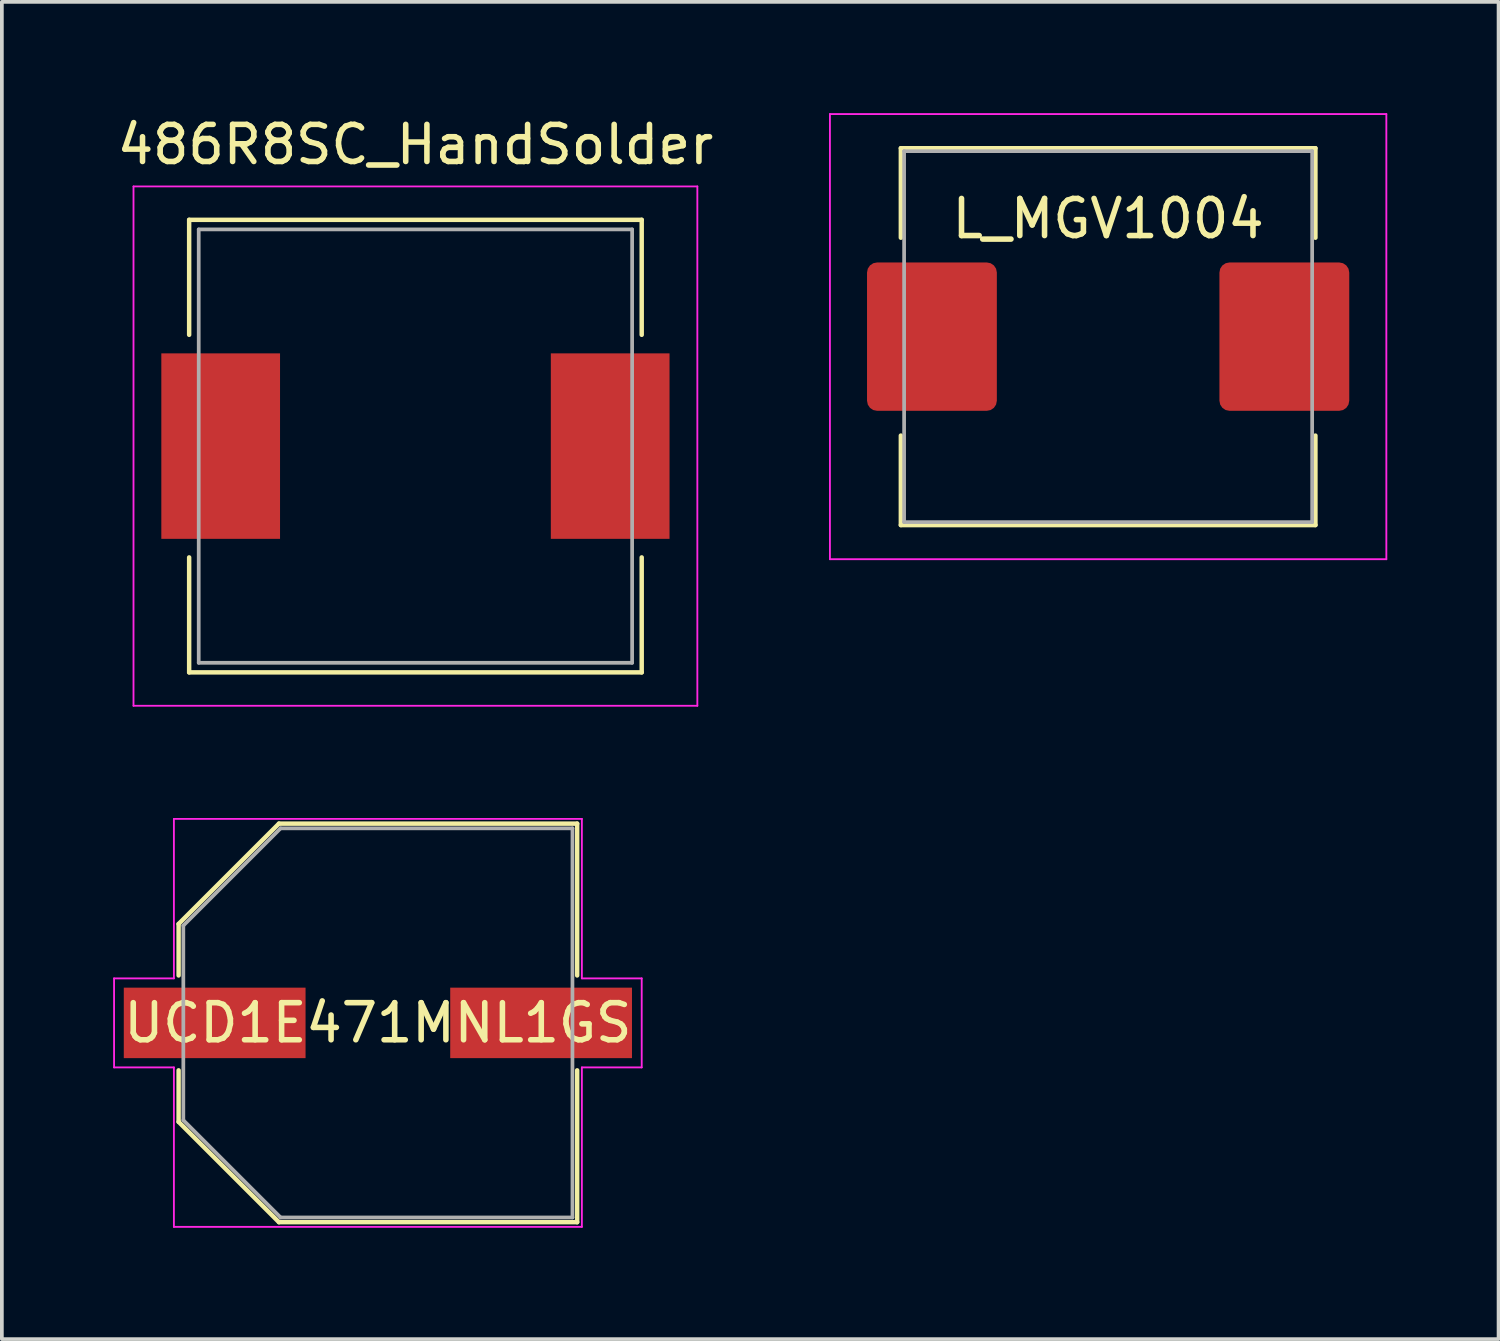
<source format=kicad_pcb>
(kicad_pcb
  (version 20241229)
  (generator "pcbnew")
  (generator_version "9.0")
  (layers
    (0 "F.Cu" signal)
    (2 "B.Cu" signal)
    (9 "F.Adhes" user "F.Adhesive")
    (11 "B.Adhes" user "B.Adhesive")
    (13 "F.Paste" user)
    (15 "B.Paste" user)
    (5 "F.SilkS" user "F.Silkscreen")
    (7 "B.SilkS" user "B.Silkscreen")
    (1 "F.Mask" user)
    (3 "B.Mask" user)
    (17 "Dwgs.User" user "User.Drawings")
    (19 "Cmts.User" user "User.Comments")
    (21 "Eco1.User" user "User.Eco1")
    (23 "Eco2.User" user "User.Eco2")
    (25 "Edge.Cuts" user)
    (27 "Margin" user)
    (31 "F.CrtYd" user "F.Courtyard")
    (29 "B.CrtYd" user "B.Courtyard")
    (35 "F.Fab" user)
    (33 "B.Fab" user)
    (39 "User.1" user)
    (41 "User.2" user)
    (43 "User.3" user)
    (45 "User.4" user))
  (footprint "486R8SC_HandSolder"
    (layer "F.Cu")
    (at 8.149 8.976)
    (property "Reference" "486R8SC_HandSolder" (at 0 -8.128 0) (layer "F.SilkS") (effects (font (size 1 1) (thickness 0.15))))
    (attr smd)
    (fp_line (start -6.1 -6.1) (end -6.1 -3) (stroke (width 0.12) (type solid)) (layer "F.SilkS"))
    (fp_line (start -6.1 -6.1) (end 6.1 -6.1) (stroke (width 0.12) (type solid)) (layer "F.SilkS"))
    (fp_line (start -6.1 3) (end -6.1 6.1) (stroke (width 0.12) (type solid)) (layer "F.SilkS"))
    (fp_line (start 6.1 -6.1) (end 6.1 -3) (stroke (width 0.12) (type solid)) (layer "F.SilkS"))
    (fp_line (start 6.1 3) (end 6.1 6.1) (stroke (width 0.12) (type solid)) (layer "F.SilkS"))
    (fp_line (start 6.1 6.1) (end -6.1 6.1) (stroke (width 0.12) (type solid)) (layer "F.SilkS"))
    (fp_line (start -7.6 -7) (end 7.6 -7) (stroke (width 0.05) (type solid)) (layer "F.CrtYd"))
    (fp_line (start -7.6 7) (end -7.6 -7) (stroke (width 0.05) (type solid)) (layer "F.CrtYd"))
    (fp_line (start 7.6 -7) (end 7.6 7) (stroke (width 0.05) (type solid)) (layer "F.CrtYd"))
    (fp_line (start 7.6 7) (end -7.6 7) (stroke (width 0.05) (type solid)) (layer "F.CrtYd"))
    (fp_line (start -5.842 -5.842) (end -5.842 5.842) (stroke (width 0.1) (type solid)) (layer "F.Fab"))
    (fp_line (start -5.842 5.842) (end 5.842 5.842) (stroke (width 0.1) (type solid)) (layer "F.Fab"))
    (fp_line (start 5.842 -5.842) (end -5.842 -5.842) (stroke (width 0.1) (type solid)) (layer "F.Fab"))
    (fp_line (start 5.842 5.842) (end 5.842 -5.842) (stroke (width 0.1) (type solid)) (layer "F.Fab"))
    (pad "1" smd rect (at -5.25 0) (size 3.2 5) (layers "F.Cu" "F.Mask" "F.Paste"))
    (pad "2" smd rect (at 5.25 0) (size 3.2 5) (layers "F.Cu" "F.Mask" "F.Paste")))
  (footprint "L_MGV1004"
    (layer "F.Cu")
    (at 26.823 6.025)
    (property "Reference" "L_MGV1004" (at 0 -3.18 0) (layer "F.SilkS") (effects (font (size 1 1) (thickness 0.15))))
    (attr smd)
    (fp_line (start -5.588 -5.08) (end 5.588 -5.08) (stroke (width 0.12) (type solid)) (layer "F.SilkS"))
    (fp_line (start -5.588 -2.667) (end -5.588 -5.08) (stroke (width 0.12) (type solid)) (layer "F.SilkS"))
    (fp_line (start -5.588 5.08) (end -5.588 2.667) (stroke (width 0.12) (type solid)) (layer "F.SilkS"))
    (fp_line (start -5.588 5.08) (end 5.588 5.08) (stroke (width 0.12) (type solid)) (layer "F.SilkS"))
    (fp_line (start 5.588 -2.667) (end 5.588 -5.08) (stroke (width 0.12) (type solid)) (layer "F.SilkS"))
    (fp_line (start 5.588 5.08) (end 5.588 2.667) (stroke (width 0.12) (type solid)) (layer "F.SilkS"))
    (fp_line (start -7.5 -6) (end 7.5 -6) (stroke (width 0.05) (type solid)) (layer "F.CrtYd"))
    (fp_line (start -7.5 6) (end -7.5 -6) (stroke (width 0.05) (type solid)) (layer "F.CrtYd"))
    (fp_line (start 7.5 -6) (end 7.5 6) (stroke (width 0.05) (type solid)) (layer "F.CrtYd"))
    (fp_line (start 7.5 6) (end -7.5 6) (stroke (width 0.05) (type solid)) (layer "F.CrtYd"))
    (fp_line (start -5.5 -5) (end 5.5 -5) (stroke (width 0.1) (type solid)) (layer "F.Fab"))
    (fp_line (start -5.5 5) (end -5.5 -5) (stroke (width 0.1) (type solid)) (layer "F.Fab"))
    (fp_line (start 5.5 -5) (end 5.5 5) (stroke (width 0.1) (type solid)) (layer "F.Fab"))
    (fp_line (start 5.5 5) (end -5.5 5) (stroke (width 0.1) (type solid)) (layer "F.Fab"))
    (pad "1" smd roundrect (at -4.75 0) (size 3.5 4) (layers "F.Cu" "F.Mask" "F.Paste") (roundrect_rratio 0.078))
    (pad "2" smd roundrect (at 4.75 0) (size 3.5 4) (layers "F.Cu" "F.Mask" "F.Paste") (roundrect_rratio 0.078)))
  (footprint "UCD1E471MNL1GS"
    (layer "F.Cu")
    (at 7.137 24.525)
    (property "Reference" "UCD1E471MNL1GS" (at 0 0 0) (layer "F.SilkS") (effects (font (size 1 1) (thickness 0.15))))
    (attr smd)
    (fp_line (start -5.372 -2.667) (end -5.372 -1.279) (stroke (width 0.12) (type solid)) (layer "F.SilkS"))
    (fp_line (start -5.372 1.279) (end -5.372 2.667) (stroke (width 0.12) (type solid)) (layer "F.SilkS"))
    (fp_line (start -2.667 -5.372) (end -5.372 -2.667) (stroke (width 0.12) (type solid)) (layer "F.SilkS"))
    (fp_line (start -2.667 5.372) (end -5.372 2.667) (stroke (width 0.12) (type solid)) (layer "F.SilkS"))
    (fp_line (start -2.667 5.372) (end 5.372 5.372) (stroke (width 0.12) (type solid)) (layer "F.SilkS"))
    (fp_line (start 5.372 -5.372) (end -2.667 -5.372) (stroke (width 0.12) (type solid)) (layer "F.SilkS"))
    (fp_line (start 5.372 -1.279) (end 5.372 -5.372) (stroke (width 0.12) (type solid)) (layer "F.SilkS"))
    (fp_line (start 5.372 5.372) (end 5.372 1.279) (stroke (width 0.12) (type solid)) (layer "F.SilkS"))
    (fp_line (start -7.112 -1.2) (end -5.499 -1.2) (stroke (width 0.05) (type solid)) (layer "F.CrtYd"))
    (fp_line (start -7.112 1.2) (end -7.112 -1.2) (stroke (width 0.05) (type solid)) (layer "F.CrtYd"))
    (fp_line (start -5.499 -5.499) (end 5.499 -5.499) (stroke (width 0.05) (type solid)) (layer "F.CrtYd"))
    (fp_line (start -5.499 -1.2) (end -5.499 -5.499) (stroke (width 0.05) (type solid)) (layer "F.CrtYd"))
    (fp_line (start -5.499 1.2) (end -7.112 1.2) (stroke (width 0.05) (type solid)) (layer "F.CrtYd"))
    (fp_line (start -5.499 5.499) (end -5.499 1.2) (stroke (width 0.05) (type solid)) (layer "F.CrtYd"))
    (fp_line (start 5.499 -5.499) (end 5.499 -1.2) (stroke (width 0.05) (type solid)) (layer "F.CrtYd"))
    (fp_line (start 5.499 -1.2) (end 7.112 -1.2) (stroke (width 0.05) (type solid)) (layer "F.CrtYd"))
    (fp_line (start 5.499 1.2) (end 5.499 5.499) (stroke (width 0.05) (type solid)) (layer "F.CrtYd"))
    (fp_line (start 5.499 5.499) (end -5.499 5.499) (stroke (width 0.05) (type solid)) (layer "F.CrtYd"))
    (fp_line (start 7.112 -1.2) (end 7.112 1.2) (stroke (width 0.05) (type solid)) (layer "F.CrtYd"))
    (fp_line (start 7.112 1.2) (end 5.499 1.2) (stroke (width 0.05) (type solid)) (layer "F.CrtYd"))
    (fp_line (start -5.245 -2.623) (end -5.245 2.623) (stroke (width 0.1) (type solid)) (layer "F.Fab"))
    (fp_line (start -5.245 -2.623) (end -2.623 -5.245) (stroke (width 0.1) (type solid)) (layer "F.Fab"))
    (fp_line (start -5.245 2.623) (end -2.623 5.245) (stroke (width 0.1) (type solid)) (layer "F.Fab"))
    (fp_line (start -2.623 5.245) (end 5.245 5.245) (stroke (width 0.1) (type solid)) (layer "F.Fab"))
    (fp_line (start 5.245 -5.245) (end -2.623 -5.245) (stroke (width 0.1) (type solid)) (layer "F.Fab"))
    (fp_line (start 5.245 5.245) (end 5.245 -5.245) (stroke (width 0.1) (type solid)) (layer "F.Fab"))
    (pad "1" smd rect (at -4.4 0) (size 4.9 1.9) (layers "F.Cu" "F.Mask" "F.Paste"))
    (pad "2" smd rect (at 4.4 0) (size 4.9 1.9) (layers "F.Cu" "F.Mask" "F.Paste")))
  (gr_rect
    (start -3 -3)
    (end 37.348 33.049)
    (stroke (width 0.1) (type default))
    (fill no)
    (layer "Edge.Cuts")))
</source>
